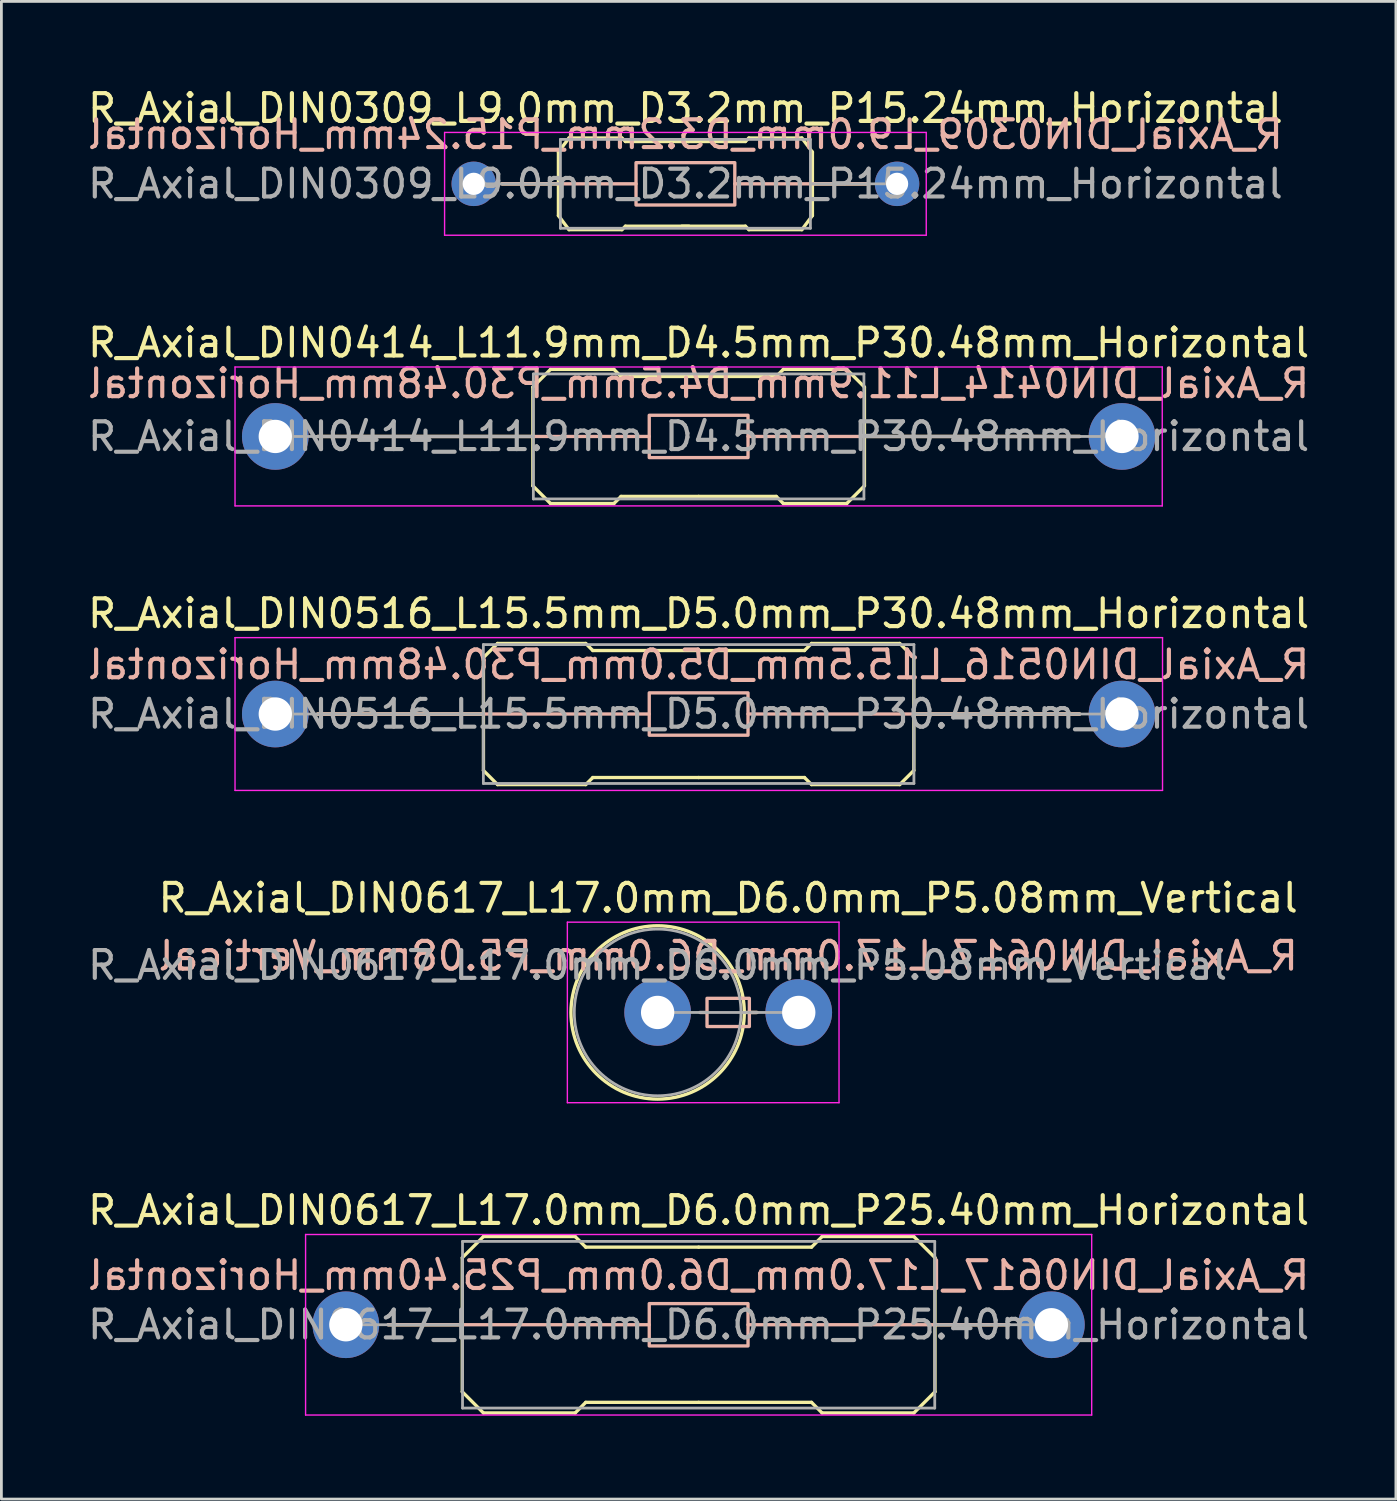
<source format=kicad_pcb>
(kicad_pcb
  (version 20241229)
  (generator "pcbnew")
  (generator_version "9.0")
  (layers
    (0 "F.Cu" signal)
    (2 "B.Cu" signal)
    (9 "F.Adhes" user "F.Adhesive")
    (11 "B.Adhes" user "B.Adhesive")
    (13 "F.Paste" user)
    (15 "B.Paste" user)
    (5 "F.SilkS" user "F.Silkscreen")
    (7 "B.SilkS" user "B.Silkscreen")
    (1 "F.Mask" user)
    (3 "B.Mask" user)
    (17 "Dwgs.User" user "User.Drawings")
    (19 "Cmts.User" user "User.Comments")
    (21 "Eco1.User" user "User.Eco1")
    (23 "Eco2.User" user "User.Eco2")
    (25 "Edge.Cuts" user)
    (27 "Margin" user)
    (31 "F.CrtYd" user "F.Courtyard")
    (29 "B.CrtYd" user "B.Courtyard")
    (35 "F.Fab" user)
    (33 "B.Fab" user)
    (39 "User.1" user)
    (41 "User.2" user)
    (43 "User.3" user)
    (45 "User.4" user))
  (footprint "R_Axial_DIN0617_L17.0mm_D6.0mm_P5.08mm_Vertical"
    (layer "F.Cu")
    (at 20.625 33.398)
    (property "Reference" "R_Axial_DIN0617_L17.0mm_D6.0mm_P5.08mm_Vertical" (at 2.54 -4.12 0) (layer "F.SilkS") (effects (font (size 1 1) (thickness 0.15))))
    (fp_line (start 3.12 0) (end 3.58 0) (stroke (width 0.12) (type solid)) (layer "F.SilkS"))
    (fp_circle (center 0 0) (end 3.12 0) (stroke (width 0.12) (type solid)) (fill no) (layer "F.SilkS"))
    (fp_line (start 1.524 0) (end 1.778 0) (stroke (width 0.12) (type solid)) (layer "B.SilkS"))
    (fp_line (start 3.556 0) (end 3.302 0) (stroke (width 0.12) (type solid)) (layer "B.SilkS"))
    (fp_rect (start 1.778 -0.508) (end 3.302 0.508) (stroke (width 0.12) (type solid)) (fill no) (layer "B.SilkS"))
    (fp_line (start -3.25 -3.25) (end -3.25 3.25) (stroke (width 0.05) (type solid)) (layer "F.CrtYd"))
    (fp_line (start -3.25 3.25) (end 6.53 3.25) (stroke (width 0.05) (type solid)) (layer "F.CrtYd"))
    (fp_line (start 6.53 -3.25) (end -3.25 -3.25) (stroke (width 0.05) (type solid)) (layer "F.CrtYd"))
    (fp_line (start 6.53 3.25) (end 6.53 -3.25) (stroke (width 0.05) (type solid)) (layer "F.CrtYd"))
    (fp_line (start 0 0) (end 5.08 0) (stroke (width 0.1) (type solid)) (layer "F.Fab"))
    (fp_circle (center 0 0) (end 3 0) (stroke (width 0.1) (type solid)) (fill no) (layer "F.Fab"))
    (fp_text user "${REFERENCE}" (at 2.54 -2.032 0) (layer "B.SilkS") (effects (font (size 1 1) (thickness 0.15)) (justify mirror)))
    (fp_text user "${REFERENCE}" (at 0 -1.7 0) (layer "F.Fab") (effects (font (size 1 1) (thickness 0.15))))
    (pad "1" thru_hole circle (at 0 0) (size 2.4 2.4) (drill 1.2) (layers "*.Cu" "*.Mask"))
    (pad "2" thru_hole oval (at 5.08 0) (size 2.4 2.4) (drill 1.2) (layers "*.Cu" "*.Mask")))
  (footprint "R_Axial_DIN0516_L15.5mm_D5.0mm_P30.48mm_Horizontal"
    (layer "F.Cu")
    (at 6.861 22.655)
    (property "Reference" "R_Axial_DIN0516_L15.5mm_D5.0mm_P30.48mm_Horizontal" (at 15.24 -3.62 0) (layer "F.SilkS") (effects (font (size 1 1) (thickness 0.15))))
    (fp_line (start 7.493 -2.032) (end 8.001 -2.54) (stroke (width 0.12) (type solid)) (layer "F.SilkS"))
    (fp_line (start 7.493 0) (end 1.524 0) (stroke (width 0.12) (type solid)) (layer "F.SilkS"))
    (fp_line (start 7.493 2.032) (end 7.493 -2.032) (stroke (width 0.12) (type solid)) (layer "F.SilkS"))
    (fp_line (start 7.493 2.032) (end 8.001 2.54) (stroke (width 0.12) (type solid)) (layer "F.SilkS"))
    (fp_line (start 8.001 -2.54) (end 11.176 -2.54) (stroke (width 0.12) (type solid)) (layer "F.SilkS"))
    (fp_line (start 8.001 2.54) (end 11.176 2.54) (stroke (width 0.12) (type solid)) (layer "F.SilkS"))
    (fp_line (start 11.176 -2.54) (end 11.43 -2.286) (stroke (width 0.12) (type solid)) (layer "F.SilkS"))
    (fp_line (start 11.176 2.54) (end 11.43 2.286) (stroke (width 0.12) (type solid)) (layer "F.SilkS"))
    (fp_line (start 11.43 -2.286) (end 15.24 -2.286) (stroke (width 0.12) (type solid)) (layer "F.SilkS"))
    (fp_line (start 11.43 2.286) (end 15.24 2.286) (stroke (width 0.12) (type solid)) (layer "F.SilkS"))
    (fp_line (start 19.05 -2.286) (end 15.24 -2.286) (stroke (width 0.12) (type solid)) (layer "F.SilkS"))
    (fp_line (start 19.05 2.286) (end 15.24 2.286) (stroke (width 0.12) (type solid)) (layer "F.SilkS"))
    (fp_line (start 19.304 -2.54) (end 19.05 -2.286) (stroke (width 0.12) (type solid)) (layer "F.SilkS"))
    (fp_line (start 19.304 2.54) (end 19.05 2.286) (stroke (width 0.12) (type solid)) (layer "F.SilkS"))
    (fp_line (start 22.479 -2.54) (end 19.304 -2.54) (stroke (width 0.12) (type solid)) (layer "F.SilkS"))
    (fp_line (start 22.479 2.54) (end 19.304 2.54) (stroke (width 0.12) (type solid)) (layer "F.SilkS"))
    (fp_line (start 22.987 -2.032) (end 22.479 -2.54) (stroke (width 0.12) (type solid)) (layer "F.SilkS"))
    (fp_line (start 22.987 2.032) (end 22.479 2.54) (stroke (width 0.12) (type solid)) (layer "F.SilkS"))
    (fp_line (start 22.987 2.032) (end 22.987 -2.032) (stroke (width 0.12) (type solid)) (layer "F.SilkS"))
    (fp_line (start 28.956 0) (end 22.987 0) (stroke (width 0.12) (type solid)) (layer "F.SilkS"))
    (fp_line (start 13.462 0) (end 1.524 0) (stroke (width 0.12) (type solid)) (layer "B.SilkS"))
    (fp_line (start 17.018 0) (end 28.956 0) (stroke (width 0.12) (type solid)) (layer "B.SilkS"))
    (fp_rect (start 13.462 -0.762) (end 17.018 0.762) (stroke (width 0.12) (type solid)) (fill no) (layer "B.SilkS"))
    (fp_line (start -1.45 -2.75) (end -1.45 2.75) (stroke (width 0.05) (type solid)) (layer "F.CrtYd"))
    (fp_line (start -1.45 2.75) (end 31.94 2.75) (stroke (width 0.05) (type solid)) (layer "F.CrtYd"))
    (fp_line (start 31.94 -2.75) (end -1.45 -2.75) (stroke (width 0.05) (type solid)) (layer "F.CrtYd"))
    (fp_line (start 31.94 2.75) (end 31.94 -2.75) (stroke (width 0.05) (type solid)) (layer "F.CrtYd"))
    (fp_line (start 0 0) (end 7.49 0) (stroke (width 0.1) (type solid)) (layer "F.Fab"))
    (fp_line (start 7.49 -2.5) (end 7.49 2.5) (stroke (width 0.1) (type solid)) (layer "F.Fab"))
    (fp_line (start 7.49 2.5) (end 22.99 2.5) (stroke (width 0.1) (type solid)) (layer "F.Fab"))
    (fp_line (start 22.99 -2.5) (end 7.49 -2.5) (stroke (width 0.1) (type solid)) (layer "F.Fab"))
    (fp_line (start 22.99 2.5) (end 22.99 -2.5) (stroke (width 0.1) (type solid)) (layer "F.Fab"))
    (fp_line (start 30.48 0) (end 22.99 0) (stroke (width 0.1) (type solid)) (layer "F.Fab"))
    (fp_text user "${REFERENCE}" (at 15.24 -1.778 0) (layer "B.SilkS") (effects (font (size 1 1) (thickness 0.15)) (justify mirror)))
    (fp_text user "${REFERENCE}" (at 15.24 0 0) (layer "F.Fab") (effects (font (size 1 1) (thickness 0.15))))
    (pad "1" thru_hole circle (at 0 0) (size 2.4 2.4) (drill 1.2) (layers "*.Cu" "*.Mask"))
    (pad "2" thru_hole oval (at 30.48 0) (size 2.4 2.4) (drill 1.2) (layers "*.Cu" "*.Mask")))
  (footprint "R_Axial_DIN0414_L11.9mm_D4.5mm_P30.48mm_Horizontal"
    (layer "F.Cu")
    (at 6.861 12.662)
    (property "Reference" "R_Axial_DIN0414_L11.9mm_D4.5mm_P30.48mm_Horizontal" (at 15.24 -3.37 0) (layer "F.SilkS") (effects (font (size 1 1) (thickness 0.15))))
    (fp_line (start 9.271 -1.778) (end 9.906 -2.413) (stroke (width 0.12) (type solid)) (layer "F.SilkS"))
    (fp_line (start 9.271 0) (end 1.524 0) (stroke (width 0.12) (type solid)) (layer "F.SilkS"))
    (fp_line (start 9.271 1.778) (end 9.271 -1.778) (stroke (width 0.12) (type solid)) (layer "F.SilkS"))
    (fp_line (start 9.271 1.778) (end 9.906 2.413) (stroke (width 0.12) (type solid)) (layer "F.SilkS"))
    (fp_line (start 9.906 -2.413) (end 12.192 -2.413) (stroke (width 0.12) (type solid)) (layer "F.SilkS"))
    (fp_line (start 9.906 2.413) (end 12.192 2.413) (stroke (width 0.12) (type solid)) (layer "F.SilkS"))
    (fp_line (start 12.192 -2.413) (end 12.446 -2.159) (stroke (width 0.12) (type solid)) (layer "F.SilkS"))
    (fp_line (start 12.192 2.413) (end 12.446 2.159) (stroke (width 0.12) (type solid)) (layer "F.SilkS"))
    (fp_line (start 12.446 -2.159) (end 15.24 -2.159) (stroke (width 0.12) (type solid)) (layer "F.SilkS"))
    (fp_line (start 12.446 2.159) (end 15.24 2.159) (stroke (width 0.12) (type solid)) (layer "F.SilkS"))
    (fp_line (start 18.034 -2.159) (end 15.24 -2.159) (stroke (width 0.12) (type solid)) (layer "F.SilkS"))
    (fp_line (start 18.034 2.159) (end 15.24 2.159) (stroke (width 0.12) (type solid)) (layer "F.SilkS"))
    (fp_line (start 18.288 -2.413) (end 18.034 -2.159) (stroke (width 0.12) (type solid)) (layer "F.SilkS"))
    (fp_line (start 18.288 2.413) (end 18.034 2.159) (stroke (width 0.12) (type solid)) (layer "F.SilkS"))
    (fp_line (start 20.574 -2.413) (end 18.288 -2.413) (stroke (width 0.12) (type solid)) (layer "F.SilkS"))
    (fp_line (start 20.574 2.413) (end 18.288 2.413) (stroke (width 0.12) (type solid)) (layer "F.SilkS"))
    (fp_line (start 21.209 -1.778) (end 20.574 -2.413) (stroke (width 0.12) (type solid)) (layer "F.SilkS"))
    (fp_line (start 21.209 0) (end 28.956 0) (stroke (width 0.12) (type solid)) (layer "F.SilkS"))
    (fp_line (start 21.209 1.778) (end 20.574 2.413) (stroke (width 0.12) (type solid)) (layer "F.SilkS"))
    (fp_line (start 21.209 1.778) (end 21.209 -1.778) (stroke (width 0.12) (type solid)) (layer "F.SilkS"))
    (fp_line (start 13.462 0) (end 1.524 0) (stroke (width 0.12) (type solid)) (layer "B.SilkS"))
    (fp_line (start 17.018 0) (end 28.956 0) (stroke (width 0.12) (type solid)) (layer "B.SilkS"))
    (fp_rect (start 13.462 -0.762) (end 17.018 0.762) (stroke (width 0.12) (type solid)) (fill no) (layer "B.SilkS"))
    (fp_line (start -1.45 -2.5) (end -1.45 2.5) (stroke (width 0.05) (type solid)) (layer "F.CrtYd"))
    (fp_line (start -1.45 2.5) (end 31.93 2.5) (stroke (width 0.05) (type solid)) (layer "F.CrtYd"))
    (fp_line (start 31.93 -2.5) (end -1.45 -2.5) (stroke (width 0.05) (type solid)) (layer "F.CrtYd"))
    (fp_line (start 31.93 2.5) (end 31.93 -2.5) (stroke (width 0.05) (type solid)) (layer "F.CrtYd"))
    (fp_line (start 0 0) (end 9.29 0) (stroke (width 0.1) (type solid)) (layer "F.Fab"))
    (fp_line (start 9.29 -2.25) (end 9.29 2.25) (stroke (width 0.1) (type solid)) (layer "F.Fab"))
    (fp_line (start 9.29 2.25) (end 21.19 2.25) (stroke (width 0.1) (type solid)) (layer "F.Fab"))
    (fp_line (start 21.19 -2.25) (end 9.29 -2.25) (stroke (width 0.1) (type solid)) (layer "F.Fab"))
    (fp_line (start 21.19 2.25) (end 21.19 -2.25) (stroke (width 0.1) (type solid)) (layer "F.Fab"))
    (fp_line (start 30.48 0) (end 21.19 0) (stroke (width 0.1) (type solid)) (layer "F.Fab"))
    (fp_text user "${REFERENCE}" (at 15.24 -1.905 0) (layer "B.SilkS") (effects (font (size 1 1) (thickness 0.15)) (justify mirror)))
    (fp_text user "${REFERENCE}" (at 15.24 0 0) (layer "F.Fab") (effects (font (size 1 1) (thickness 0.15))))
    (pad "1" thru_hole circle (at 0 0) (size 2.4 2.4) (drill 1.2) (layers "*.Cu" "*.Mask"))
    (pad "2" thru_hole oval (at 30.48 0) (size 2.4 2.4) (drill 1.2) (layers "*.Cu" "*.Mask")))
  (footprint "R_Axial_DIN0617_L17.0mm_D6.0mm_P25.40mm_Horizontal"
    (layer "F.Cu")
    (at 9.401 44.641)
    (property "Reference" "R_Axial_DIN0617_L17.0mm_D6.0mm_P25.40mm_Horizontal" (at 12.7 -4.12 0) (layer "F.SilkS") (effects (font (size 1 1) (thickness 0.15))))
    (fp_line (start 4.191 -2.413) (end 4.191 2.413) (stroke (width 0.12) (type solid)) (layer "F.SilkS"))
    (fp_line (start 4.191 -2.413) (end 4.953 -3.175) (stroke (width 0.12) (type solid)) (layer "F.SilkS"))
    (fp_line (start 4.191 0) (end 1.524 0) (stroke (width 0.12) (type solid)) (layer "F.SilkS"))
    (fp_line (start 4.191 2.413) (end 4.953 3.175) (stroke (width 0.12) (type solid)) (layer "F.SilkS"))
    (fp_line (start 4.953 -3.175) (end 8.255 -3.175) (stroke (width 0.12) (type solid)) (layer "F.SilkS"))
    (fp_line (start 4.953 3.175) (end 8.255 3.175) (stroke (width 0.12) (type solid)) (layer "F.SilkS"))
    (fp_line (start 8.255 -3.175) (end 8.636 -2.794) (stroke (width 0.12) (type solid)) (layer "F.SilkS"))
    (fp_line (start 8.255 3.175) (end 8.636 2.794) (stroke (width 0.12) (type solid)) (layer "F.SilkS"))
    (fp_line (start 8.636 -2.794) (end 12.7 -2.794) (stroke (width 0.12) (type solid)) (layer "F.SilkS"))
    (fp_line (start 8.636 2.794) (end 12.7 2.794) (stroke (width 0.12) (type solid)) (layer "F.SilkS"))
    (fp_line (start 16.764 -2.794) (end 12.7 -2.794) (stroke (width 0.12) (type solid)) (layer "F.SilkS"))
    (fp_line (start 16.764 2.794) (end 12.7 2.794) (stroke (width 0.12) (type solid)) (layer "F.SilkS"))
    (fp_line (start 17.145 -3.175) (end 16.764 -2.794) (stroke (width 0.12) (type solid)) (layer "F.SilkS"))
    (fp_line (start 17.145 3.175) (end 16.764 2.794) (stroke (width 0.12) (type solid)) (layer "F.SilkS"))
    (fp_line (start 20.447 -3.175) (end 17.145 -3.175) (stroke (width 0.12) (type solid)) (layer "F.SilkS"))
    (fp_line (start 20.447 3.175) (end 17.145 3.175) (stroke (width 0.12) (type solid)) (layer "F.SilkS"))
    (fp_line (start 21.209 -2.413) (end 20.447 -3.175) (stroke (width 0.12) (type solid)) (layer "F.SilkS"))
    (fp_line (start 21.209 0) (end 23.876 0) (stroke (width 0.12) (type solid)) (layer "F.SilkS"))
    (fp_line (start 21.209 2.413) (end 20.447 3.175) (stroke (width 0.12) (type solid)) (layer "F.SilkS"))
    (fp_line (start 21.209 2.413) (end 21.209 -2.413) (stroke (width 0.12) (type solid)) (layer "F.SilkS"))
    (fp_line (start 10.922 0) (end 1.524 0) (stroke (width 0.12) (type solid)) (layer "B.SilkS"))
    (fp_line (start 14.478 0) (end 23.876 0) (stroke (width 0.12) (type solid)) (layer "B.SilkS"))
    (fp_rect (start 10.922 -0.762) (end 14.478 0.762) (stroke (width 0.12) (type solid)) (fill no) (layer "B.SilkS"))
    (fp_line (start -1.45 -3.25) (end -1.45 3.25) (stroke (width 0.05) (type solid)) (layer "F.CrtYd"))
    (fp_line (start -1.45 3.25) (end 26.85 3.25) (stroke (width 0.05) (type solid)) (layer "F.CrtYd"))
    (fp_line (start 26.85 -3.25) (end -1.45 -3.25) (stroke (width 0.05) (type solid)) (layer "F.CrtYd"))
    (fp_line (start 26.85 3.25) (end 26.85 -3.25) (stroke (width 0.05) (type solid)) (layer "F.CrtYd"))
    (fp_line (start 0 0) (end 4.2 0) (stroke (width 0.1) (type solid)) (layer "F.Fab"))
    (fp_line (start 4.2 -3) (end 4.2 3) (stroke (width 0.1) (type solid)) (layer "F.Fab"))
    (fp_line (start 4.2 3) (end 21.2 3) (stroke (width 0.1) (type solid)) (layer "F.Fab"))
    (fp_line (start 21.2 -3) (end 4.2 -3) (stroke (width 0.1) (type solid)) (layer "F.Fab"))
    (fp_line (start 21.2 3) (end 21.2 -3) (stroke (width 0.1) (type solid)) (layer "F.Fab"))
    (fp_line (start 25.4 0) (end 21.2 0) (stroke (width 0.1) (type solid)) (layer "F.Fab"))
    (fp_text user "${REFERENCE}" (at 12.7 -1.778 0) (layer "B.SilkS") (effects (font (size 1 1) (thickness 0.15)) (justify mirror)))
    (fp_text user "${REFERENCE}" (at 12.7 0 0) (layer "F.Fab") (effects (font (size 1 1) (thickness 0.15))))
    (pad "1" thru_hole circle (at 0 0) (size 2.4 2.4) (drill 1.2) (layers "*.Cu" "*.Mask"))
    (pad "2" thru_hole oval (at 25.4 0) (size 2.4 2.4) (drill 1.2) (layers "*.Cu" "*.Mask")))
  (footprint "R_Axial_DIN0309_L9.0mm_D3.2mm_P15.24mm_Horizontal"
    (layer "F.Cu")
    (at 14.005 3.568)
    (property "Reference" "R_Axial_DIN0309_L9.0mm_D3.2mm_P15.24mm_Horizontal" (at 7.62 -2.72 0) (layer "F.SilkS") (effects (font (size 1 1) (thickness 0.15))))
    (fp_line (start 3.048 -1.143) (end 3.429 -1.651) (stroke (width 0.12) (type solid)) (layer "F.SilkS"))
    (fp_line (start 3.048 0) (end 1.016 0) (stroke (width 0.12) (type solid)) (layer "F.SilkS"))
    (fp_line (start 3.048 1.143) (end 3.048 -1.143) (stroke (width 0.12) (type solid)) (layer "F.SilkS"))
    (fp_line (start 3.048 1.143) (end 3.429 1.651) (stroke (width 0.12) (type solid)) (layer "F.SilkS"))
    (fp_line (start 3.429 -1.651) (end 5.334 -1.651) (stroke (width 0.12) (type solid)) (layer "F.SilkS"))
    (fp_line (start 3.429 1.651) (end 5.334 1.651) (stroke (width 0.12) (type solid)) (layer "F.SilkS"))
    (fp_line (start 5.334 -1.651) (end 5.461 -1.524) (stroke (width 0.12) (type solid)) (layer "F.SilkS"))
    (fp_line (start 5.334 1.651) (end 5.461 1.524) (stroke (width 0.12) (type solid)) (layer "F.SilkS"))
    (fp_line (start 5.461 -1.524) (end 7.747 -1.524) (stroke (width 0.12) (type solid)) (layer "F.SilkS"))
    (fp_line (start 5.461 1.524) (end 7.747 1.524) (stroke (width 0.12) (type solid)) (layer "F.SilkS"))
    (fp_line (start 9.779 -1.524) (end 7.493 -1.524) (stroke (width 0.12) (type solid)) (layer "F.SilkS"))
    (fp_line (start 9.779 1.524) (end 7.493 1.524) (stroke (width 0.12) (type solid)) (layer "F.SilkS"))
    (fp_line (start 9.906 -1.651) (end 9.779 -1.524) (stroke (width 0.12) (type solid)) (layer "F.SilkS"))
    (fp_line (start 9.906 1.651) (end 9.779 1.524) (stroke (width 0.12) (type solid)) (layer "F.SilkS"))
    (fp_line (start 11.811 -1.651) (end 9.906 -1.651) (stroke (width 0.12) (type solid)) (layer "F.SilkS"))
    (fp_line (start 11.811 1.651) (end 9.906 1.651) (stroke (width 0.12) (type solid)) (layer "F.SilkS"))
    (fp_line (start 12.192 -1.143) (end 11.811 -1.651) (stroke (width 0.12) (type solid)) (layer "F.SilkS"))
    (fp_line (start 12.192 0) (end 14.224 0) (stroke (width 0.12) (type solid)) (layer "F.SilkS"))
    (fp_line (start 12.192 1.143) (end 11.811 1.651) (stroke (width 0.12) (type solid)) (layer "F.SilkS"))
    (fp_line (start 12.192 1.143) (end 12.192 -1.143) (stroke (width 0.12) (type solid)) (layer "F.SilkS"))
    (fp_line (start 5.842 0) (end 1.016 0) (stroke (width 0.12) (type solid)) (layer "B.SilkS"))
    (fp_line (start 9.398 0) (end 14.224 0) (stroke (width 0.12) (type solid)) (layer "B.SilkS"))
    (fp_rect (start 5.842 -0.762) (end 9.398 0.762) (stroke (width 0.12) (type solid)) (fill no) (layer "B.SilkS"))
    (fp_line (start -1.05 -1.85) (end -1.05 1.85) (stroke (width 0.05) (type solid)) (layer "F.CrtYd"))
    (fp_line (start -1.05 1.85) (end 16.29 1.85) (stroke (width 0.05) (type solid)) (layer "F.CrtYd"))
    (fp_line (start 16.29 -1.85) (end -1.05 -1.85) (stroke (width 0.05) (type solid)) (layer "F.CrtYd"))
    (fp_line (start 16.29 1.85) (end 16.29 -1.85) (stroke (width 0.05) (type solid)) (layer "F.CrtYd"))
    (fp_line (start 0 0) (end 3.12 0) (stroke (width 0.1) (type solid)) (layer "F.Fab"))
    (fp_line (start 3.12 -1.6) (end 3.12 1.6) (stroke (width 0.1) (type solid)) (layer "F.Fab"))
    (fp_line (start 3.12 1.6) (end 12.12 1.6) (stroke (width 0.1) (type solid)) (layer "F.Fab"))
    (fp_line (start 12.12 -1.6) (end 3.12 -1.6) (stroke (width 0.1) (type solid)) (layer "F.Fab"))
    (fp_line (start 12.12 1.6) (end 12.12 -1.6) (stroke (width 0.1) (type solid)) (layer "F.Fab"))
    (fp_line (start 15.24 0) (end 12.12 0) (stroke (width 0.1) (type solid)) (layer "F.Fab"))
    (fp_text user "${REFERENCE}" (at 7.62 -1.778 0) (layer "B.SilkS") (effects (font (size 1 1) (thickness 0.15)) (justify mirror)))
    (fp_text user "${REFERENCE}" (at 7.62 0 0) (layer "F.Fab") (effects (font (size 1 1) (thickness 0.15))))
    (pad "1" thru_hole circle (at 0 0) (size 1.6 1.6) (drill 0.8) (layers "*.Cu" "*.Mask"))
    (pad "2" thru_hole oval (at 15.24 0) (size 1.6 1.6) (drill 0.8) (layers "*.Cu" "*.Mask")))
  (gr_rect
    (start -3 -3)
    (end 47.202 50.916)
    (stroke (width 0.1) (type default))
    (fill no)
    (layer "Edge.Cuts")))
</source>
